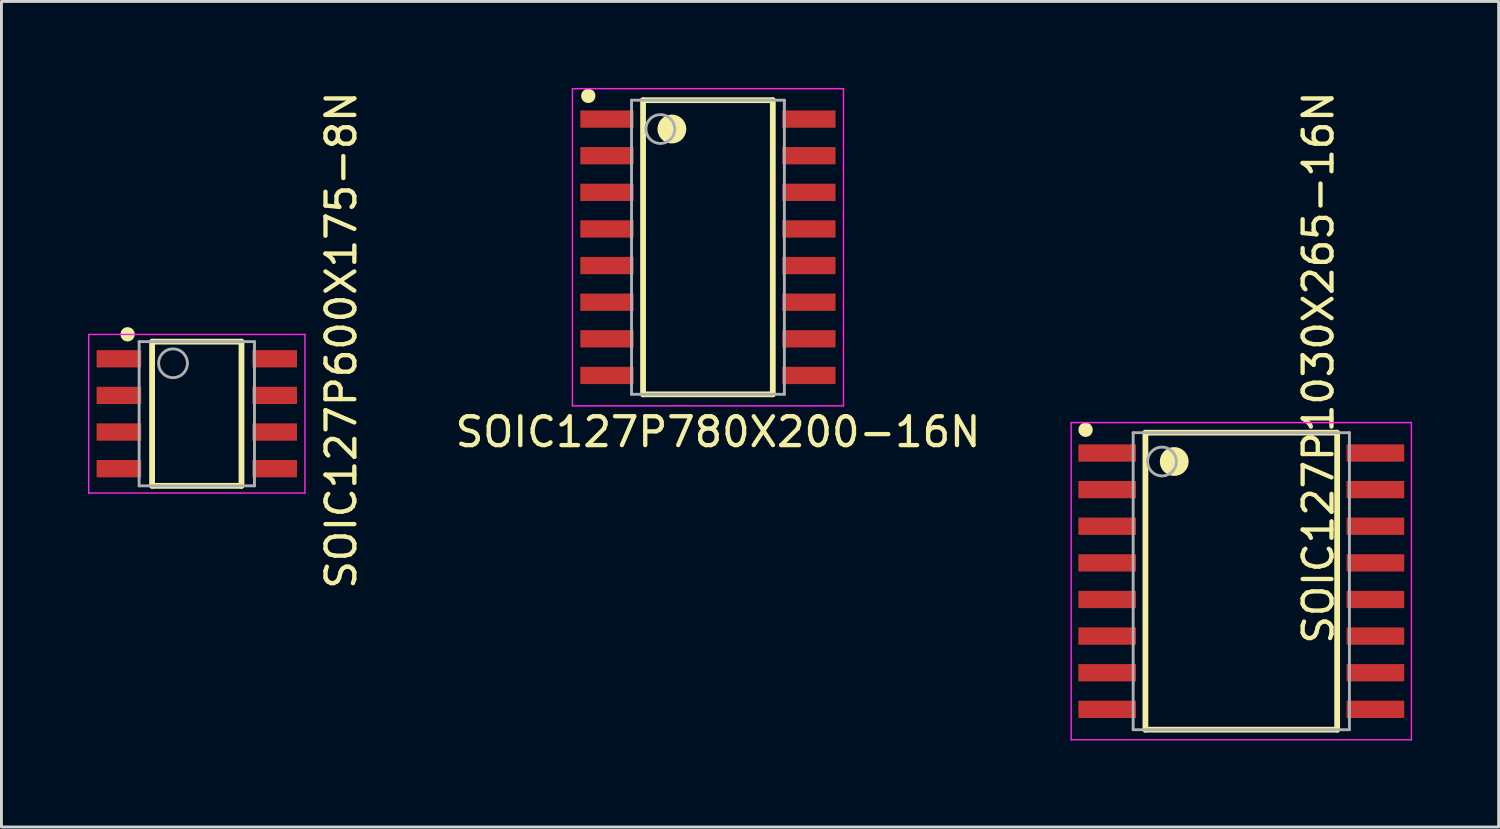
<source format=kicad_pcb>
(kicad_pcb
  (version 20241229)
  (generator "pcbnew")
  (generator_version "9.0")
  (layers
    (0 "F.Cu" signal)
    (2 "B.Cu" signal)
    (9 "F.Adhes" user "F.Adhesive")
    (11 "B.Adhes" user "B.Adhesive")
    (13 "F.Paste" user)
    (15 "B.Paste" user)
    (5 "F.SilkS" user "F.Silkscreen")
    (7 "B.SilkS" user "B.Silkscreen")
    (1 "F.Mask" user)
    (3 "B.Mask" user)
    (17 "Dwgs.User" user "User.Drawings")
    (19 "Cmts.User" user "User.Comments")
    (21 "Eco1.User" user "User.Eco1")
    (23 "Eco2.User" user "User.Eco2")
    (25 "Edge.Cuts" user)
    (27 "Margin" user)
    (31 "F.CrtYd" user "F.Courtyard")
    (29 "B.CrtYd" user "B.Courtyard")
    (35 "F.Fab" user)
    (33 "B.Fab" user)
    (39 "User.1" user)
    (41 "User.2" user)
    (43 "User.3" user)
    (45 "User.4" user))
  (footprint "SOIC127P600X175-8N"
    (layer "F.Cu")
    (at 3.775 11.298)
    (property "Reference" "SOIC127P600X175-8N" (at 5.008 -2.554 90) (layer "F.SilkS") (effects (font (size 1 1) (thickness 0.15))))
    (attr smd)
    (fp_line (start -1.55 -2.5) (end 1.55 -2.5) (stroke (width 0.2) (type solid)) (layer "F.SilkS"))
    (fp_line (start -1.55 2.5) (end -1.55 -2.5) (stroke (width 0.2) (type solid)) (layer "F.SilkS"))
    (fp_line (start -1.55 2.5) (end 1.55 2.5) (stroke (width 0.2) (type solid)) (layer "F.SilkS"))
    (fp_line (start 1.55 2.5) (end 1.55 -2.5) (stroke (width 0.2) (type solid)) (layer "F.SilkS"))
    (fp_circle (center -2.4 -2.755) (end -2.275 -2.755) (stroke (width 0.25) (type solid)) (fill no) (layer "F.SilkS"))
    (fp_line (start -3.75 -2.75) (end 3.75 -2.75) (stroke (width 0.05) (type solid)) (layer "F.CrtYd"))
    (fp_line (start -3.75 2.75) (end -3.75 -2.75) (stroke (width 0.05) (type solid)) (layer "F.CrtYd"))
    (fp_line (start -3.75 2.75) (end 3.75 2.75) (stroke (width 0.05) (type solid)) (layer "F.CrtYd"))
    (fp_line (start 3.75 2.75) (end 3.75 -2.75) (stroke (width 0.05) (type solid)) (layer "F.CrtYd"))
    (fp_line (start -2 -2.5) (end 2 -2.5) (stroke (width 0.1) (type solid)) (layer "F.Fab"))
    (fp_line (start -2 2.5) (end -2 -2.5) (stroke (width 0.1) (type solid)) (layer "F.Fab"))
    (fp_line (start -2 2.5) (end 2 2.5) (stroke (width 0.1) (type solid)) (layer "F.Fab"))
    (fp_line (start 2 2.5) (end 2 -2.5) (stroke (width 0.1) (type solid)) (layer "F.Fab"))
    (fp_circle (center -0.825 -1.75) (end -0.325 -1.75) (stroke (width 0.1) (type solid)) (fill no) (layer "F.Fab"))
    (pad "1" smd rect (at -2.7 -1.905 90) (size 0.6 1.55) (layers "F.Cu" "F.Mask" "F.Paste"))
    (pad "2" smd rect (at -2.7 -0.635 90) (size 0.6 1.55) (layers "F.Cu" "F.Mask" "F.Paste"))
    (pad "3" smd rect (at -2.7 0.635 90) (size 0.6 1.55) (layers "F.Cu" "F.Mask" "F.Paste"))
    (pad "4" smd rect (at -2.7 1.905 90) (size 0.6 1.55) (layers "F.Cu" "F.Mask" "F.Paste"))
    (pad "5" smd rect (at 2.7 1.905 90) (size 0.6 1.55) (layers "F.Cu" "F.Mask" "F.Paste"))
    (pad "6" smd rect (at 2.7 0.635 90) (size 0.6 1.55) (layers "F.Cu" "F.Mask" "F.Paste"))
    (pad "7" smd rect (at 2.7 -0.635 90) (size 0.6 1.55) (layers "F.Cu" "F.Mask" "F.Paste"))
    (pad "8" smd rect (at 2.7 -1.905 90) (size 0.6 1.55) (layers "F.Cu" "F.Mask" "F.Paste")))
  (footprint "SOIC127P1030X265-16N"
    (layer "F.Cu")
    (at 39.997 17.105)
    (property "Reference" "SOIC127P1030X265-16N" (at 2.673 -7.409 270) (layer "F.SilkS") (effects (font (size 1 1) (thickness 0.15))))
    (attr smd)
    (fp_line (start -3.325 -5.15) (end 3.325 -5.15) (stroke (width 0.2) (type solid)) (layer "F.SilkS"))
    (fp_line (start -3.325 5.15) (end -3.325 -5.15) (stroke (width 0.2) (type solid)) (layer "F.SilkS"))
    (fp_line (start -3.325 5.15) (end 3.325 5.15) (stroke (width 0.2) (type solid)) (layer "F.SilkS"))
    (fp_line (start 3.325 5.15) (end 3.325 -5.15) (stroke (width 0.2) (type solid)) (layer "F.SilkS"))
    (fp_circle (center -5.4 -5.25) (end -5.275 -5.25) (stroke (width 0.25) (type solid)) (fill no) (layer "F.SilkS"))
    (fp_circle (center -2.325 -4.15) (end -2.075 -4.15) (stroke (width 0.5) (type solid)) (fill no) (layer "F.SilkS"))
    (fp_line (start -5.9 -5.5) (end 5.9 -5.5) (stroke (width 0.05) (type solid)) (layer "F.CrtYd"))
    (fp_line (start -5.9 5.5) (end -5.9 -5.5) (stroke (width 0.05) (type solid)) (layer "F.CrtYd"))
    (fp_line (start -5.9 5.5) (end 5.9 5.5) (stroke (width 0.05) (type solid)) (layer "F.CrtYd"))
    (fp_line (start 5.9 5.5) (end 5.9 -5.5) (stroke (width 0.05) (type solid)) (layer "F.CrtYd"))
    (fp_line (start -3.75 -5.15) (end 3.75 -5.15) (stroke (width 0.1) (type solid)) (layer "F.Fab"))
    (fp_line (start -3.75 5.15) (end -3.75 -5.15) (stroke (width 0.1) (type solid)) (layer "F.Fab"))
    (fp_line (start -3.75 5.15) (end 3.75 5.15) (stroke (width 0.1) (type solid)) (layer "F.Fab"))
    (fp_line (start 3.75 5.15) (end 3.75 -5.15) (stroke (width 0.1) (type solid)) (layer "F.Fab"))
    (fp_circle (center -2.75 -4.15) (end -2.25 -4.15) (stroke (width 0.1) (type solid)) (fill no) (layer "F.Fab"))
    (pad "1" smd rect (at -4.65 -4.445) (size 2 0.6) (layers "F.Cu" "F.Mask" "F.Paste"))
    (pad "2" smd rect (at -4.65 -3.175) (size 2 0.6) (layers "F.Cu" "F.Mask" "F.Paste"))
    (pad "3" smd rect (at -4.65 -1.905) (size 2 0.6) (layers "F.Cu" "F.Mask" "F.Paste"))
    (pad "4" smd rect (at -4.65 -0.635) (size 2 0.6) (layers "F.Cu" "F.Mask" "F.Paste"))
    (pad "5" smd rect (at -4.65 0.635) (size 2 0.6) (layers "F.Cu" "F.Mask" "F.Paste"))
    (pad "6" smd rect (at -4.65 1.905) (size 2 0.6) (layers "F.Cu" "F.Mask" "F.Paste"))
    (pad "7" smd rect (at -4.65 3.175) (size 2 0.6) (layers "F.Cu" "F.Mask" "F.Paste"))
    (pad "8" smd rect (at -4.65 4.445) (size 2 0.6) (layers "F.Cu" "F.Mask" "F.Paste"))
    (pad "9" smd rect (at 4.65 4.445) (size 2 0.6) (layers "F.Cu" "F.Mask" "F.Paste"))
    (pad "10" smd rect (at 4.65 3.175) (size 2 0.6) (layers "F.Cu" "F.Mask" "F.Paste"))
    (pad "11" smd rect (at 4.65 1.905) (size 2 0.6) (layers "F.Cu" "F.Mask" "F.Paste"))
    (pad "12" smd rect (at 4.65 0.635) (size 2 0.6) (layers "F.Cu" "F.Mask" "F.Paste"))
    (pad "13" smd rect (at 4.65 -0.635) (size 2 0.6) (layers "F.Cu" "F.Mask" "F.Paste"))
    (pad "14" smd rect (at 4.65 -1.905) (size 2 0.6) (layers "F.Cu" "F.Mask" "F.Paste"))
    (pad "15" smd rect (at 4.65 -3.175) (size 2 0.6) (layers "F.Cu" "F.Mask" "F.Paste"))
    (pad "16" smd rect (at 4.65 -4.445) (size 2 0.6) (layers "F.Cu" "F.Mask" "F.Paste")))
  (footprint "SOIC127P780X200-16N"
    (layer "F.Cu")
    (at 21.501 5.525)
    (property "Reference" "SOIC127P780X200-16N" (at 0.35 6.405 0) (layer "F.SilkS") (effects (font (size 1 1) (thickness 0.15))))
    (attr smd)
    (fp_line (start -2.25 -5.1) (end 2.25 -5.1) (stroke (width 0.2) (type solid)) (layer "F.SilkS"))
    (fp_line (start -2.25 5.1) (end -2.25 -5.1) (stroke (width 0.2) (type solid)) (layer "F.SilkS"))
    (fp_line (start -2.25 5.1) (end 2.25 5.1) (stroke (width 0.2) (type solid)) (layer "F.SilkS"))
    (fp_line (start 2.25 5.1) (end 2.25 -5.1) (stroke (width 0.2) (type solid)) (layer "F.SilkS"))
    (fp_circle (center -4.15 -5.25) (end -4.025 -5.25) (stroke (width 0.25) (type solid)) (fill no) (layer "F.SilkS"))
    (fp_circle (center -1.25 -4.1) (end -1 -4.1) (stroke (width 0.5) (type solid)) (fill no) (layer "F.SilkS"))
    (fp_line (start -4.7 -5.5) (end 4.7 -5.5) (stroke (width 0.05) (type solid)) (layer "F.CrtYd"))
    (fp_line (start -4.7 5.5) (end -4.7 -5.5) (stroke (width 0.05) (type solid)) (layer "F.CrtYd"))
    (fp_line (start -4.7 5.5) (end 4.7 5.5) (stroke (width 0.05) (type solid)) (layer "F.CrtYd"))
    (fp_line (start 4.7 5.5) (end 4.7 -5.5) (stroke (width 0.05) (type solid)) (layer "F.CrtYd"))
    (fp_line (start -2.65 -5.1) (end 2.65 -5.1) (stroke (width 0.1) (type solid)) (layer "F.Fab"))
    (fp_line (start -2.65 5.1) (end -2.65 -5.1) (stroke (width 0.1) (type solid)) (layer "F.Fab"))
    (fp_line (start -2.65 5.1) (end 2.65 5.1) (stroke (width 0.1) (type solid)) (layer "F.Fab"))
    (fp_line (start 2.65 5.1) (end 2.65 -5.1) (stroke (width 0.1) (type solid)) (layer "F.Fab"))
    (fp_circle (center -1.65 -4.1) (end -1.15 -4.1) (stroke (width 0.1) (type solid)) (fill no) (layer "F.Fab"))
    (pad "1" smd rect (at -3.5 -4.445) (size 1.85 0.6) (layers "F.Cu" "F.Mask" "F.Paste"))
    (pad "2" smd rect (at -3.5 -3.175) (size 1.85 0.6) (layers "F.Cu" "F.Mask" "F.Paste"))
    (pad "3" smd rect (at -3.5 -1.905) (size 1.85 0.6) (layers "F.Cu" "F.Mask" "F.Paste"))
    (pad "4" smd rect (at -3.5 -0.635) (size 1.85 0.6) (layers "F.Cu" "F.Mask" "F.Paste"))
    (pad "5" smd rect (at -3.5 0.635) (size 1.85 0.6) (layers "F.Cu" "F.Mask" "F.Paste"))
    (pad "6" smd rect (at -3.5 1.905) (size 1.85 0.6) (layers "F.Cu" "F.Mask" "F.Paste"))
    (pad "7" smd rect (at -3.5 3.175) (size 1.85 0.6) (layers "F.Cu" "F.Mask" "F.Paste"))
    (pad "8" smd rect (at -3.5 4.445) (size 1.85 0.6) (layers "F.Cu" "F.Mask" "F.Paste"))
    (pad "9" smd rect (at 3.5 4.445) (size 1.85 0.6) (layers "F.Cu" "F.Mask" "F.Paste"))
    (pad "10" smd rect (at 3.5 3.175) (size 1.85 0.6) (layers "F.Cu" "F.Mask" "F.Paste"))
    (pad "11" smd rect (at 3.5 1.905) (size 1.85 0.6) (layers "F.Cu" "F.Mask" "F.Paste"))
    (pad "12" smd rect (at 3.5 0.635) (size 1.85 0.6) (layers "F.Cu" "F.Mask" "F.Paste"))
    (pad "13" smd rect (at 3.5 -0.635) (size 1.85 0.6) (layers "F.Cu" "F.Mask" "F.Paste"))
    (pad "14" smd rect (at 3.5 -1.905) (size 1.85 0.6) (layers "F.Cu" "F.Mask" "F.Paste"))
    (pad "15" smd rect (at 3.5 -3.175) (size 1.85 0.6) (layers "F.Cu" "F.Mask" "F.Paste"))
    (pad "16" smd rect (at 3.5 -4.445) (size 1.85 0.6) (layers "F.Cu" "F.Mask" "F.Paste")))
  (gr_rect
    (start -3 -3)
    (end 48.922 25.63)
    (stroke (width 0.1) (type default))
    (fill no)
    (layer "Edge.Cuts")))
</source>
